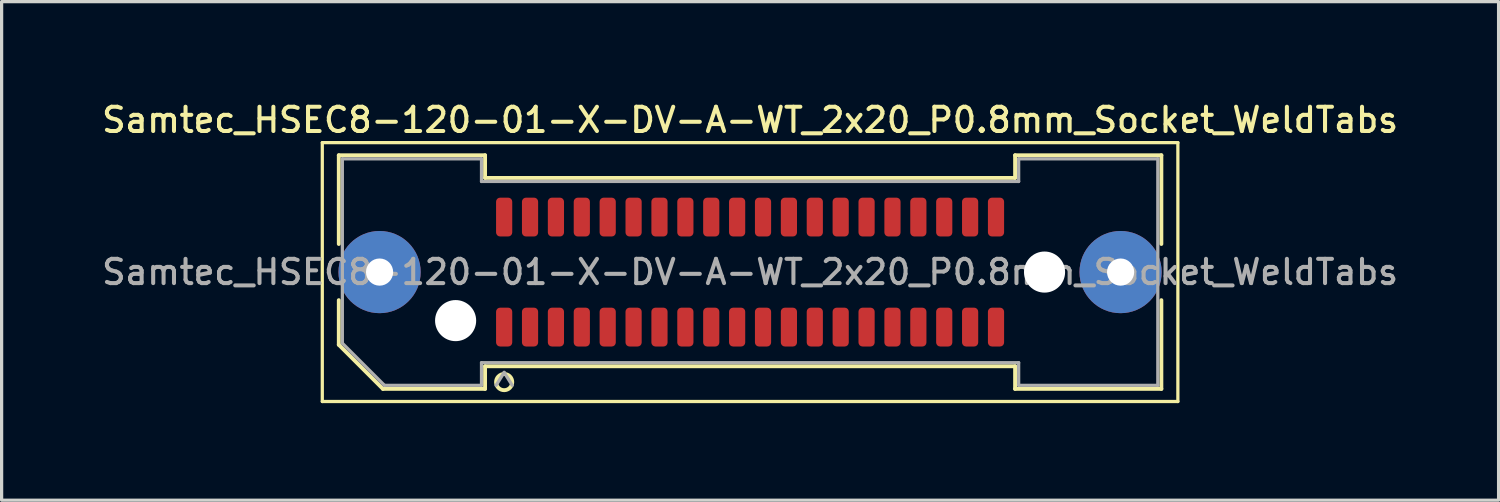
<source format=kicad_pcb>
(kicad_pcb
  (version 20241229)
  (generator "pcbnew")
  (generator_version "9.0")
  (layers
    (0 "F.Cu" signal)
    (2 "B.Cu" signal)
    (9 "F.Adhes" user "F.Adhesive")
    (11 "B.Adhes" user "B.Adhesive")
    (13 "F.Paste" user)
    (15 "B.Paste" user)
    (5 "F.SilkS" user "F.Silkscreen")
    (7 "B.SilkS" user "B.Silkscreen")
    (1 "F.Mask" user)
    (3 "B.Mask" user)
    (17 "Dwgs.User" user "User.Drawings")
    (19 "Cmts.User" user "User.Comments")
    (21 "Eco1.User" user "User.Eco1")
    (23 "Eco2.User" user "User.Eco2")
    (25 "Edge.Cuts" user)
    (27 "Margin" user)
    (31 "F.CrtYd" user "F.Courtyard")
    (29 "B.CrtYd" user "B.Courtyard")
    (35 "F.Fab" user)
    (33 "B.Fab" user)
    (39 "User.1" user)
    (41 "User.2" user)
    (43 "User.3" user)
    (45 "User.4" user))
  (footprint "Samtec_HSEC8-120-01-X-DV-A-WT_2x20_P0.8mm_Socket_WeldTabs"
    (layer "F.Cu")
    (at 20.13 5.358)
    (property "Reference" "Samtec_HSEC8-120-01-X-DV-A-WT_2x20_P0.8mm_Socket_WeldTabs" (at 0 -4.7 0) (layer "F.SilkS") (effects (font (size 0.75 0.75) (thickness 0.125))))
    (attr smd)
    (fp_line (start -13.22 -4) (end -13.22 4) (stroke (width 0.1) (type solid)) (layer "F.SilkS"))
    (fp_line (start -13.22 4) (end 13.22 4) (stroke (width 0.1) (type solid)) (layer "F.SilkS"))
    (fp_line (start -12.71 -3.61) (end -8.19 -3.61) (stroke (width 0.12) (type solid)) (layer "F.SilkS"))
    (fp_line (start -12.71 -0.868) (end -12.71 -3.61) (stroke (width 0.12) (type solid)) (layer "F.SilkS"))
    (fp_line (start -12.71 2.246) (end -12.71 0.868) (stroke (width 0.12) (type solid)) (layer "F.SilkS"))
    (fp_line (start -11.346 3.61) (end -12.71 2.246) (stroke (width 0.12) (type solid)) (layer "F.SilkS"))
    (fp_line (start -8.19 -3.61) (end -8.19 -2.91) (stroke (width 0.12) (type solid)) (layer "F.SilkS"))
    (fp_line (start -8.19 -2.91) (end 8.19 -2.91) (stroke (width 0.12) (type solid)) (layer "F.SilkS"))
    (fp_line (start -8.19 2.91) (end -8.19 3.61) (stroke (width 0.12) (type solid)) (layer "F.SilkS"))
    (fp_line (start -8.19 3.61) (end -11.346 3.61) (stroke (width 0.12) (type solid)) (layer "F.SilkS"))
    (fp_line (start 8.19 -3.61) (end 12.71 -3.61) (stroke (width 0.12) (type solid)) (layer "F.SilkS"))
    (fp_line (start 8.19 -2.91) (end 8.19 -3.61) (stroke (width 0.12) (type solid)) (layer "F.SilkS"))
    (fp_line (start 8.19 2.91) (end -8.19 2.91) (stroke (width 0.12) (type solid)) (layer "F.SilkS"))
    (fp_line (start 8.19 3.61) (end 8.19 2.91) (stroke (width 0.12) (type solid)) (layer "F.SilkS"))
    (fp_line (start 12.71 -3.61) (end 12.71 -0.868) (stroke (width 0.12) (type solid)) (layer "F.SilkS"))
    (fp_line (start 12.71 0.868) (end 12.71 3.61) (stroke (width 0.12) (type solid)) (layer "F.SilkS"))
    (fp_line (start 12.71 3.61) (end 8.19 3.61) (stroke (width 0.12) (type solid)) (layer "F.SilkS"))
    (fp_line (start 13.22 -4) (end -13.22 -4) (stroke (width 0.1) (type solid)) (layer "F.SilkS"))
    (fp_line (start 13.22 4) (end 13.22 -4) (stroke (width 0.1) (type solid)) (layer "F.SilkS"))
    (fp_arc (start -7.35 3.4) (mid -7.85 3.4) (end -7.35 3.4) (stroke (width 0.12) (type solid)) (layer "F.SilkS"))
    (fp_line (start -12.6 -3.5) (end -8.3 -3.5) (stroke (width 0.1) (type solid)) (layer "F.Fab"))
    (fp_line (start -12.6 2.2) (end -12.6 -3.5) (stroke (width 0.1) (type solid)) (layer "F.Fab"))
    (fp_line (start -11.3 3.5) (end -12.6 2.2) (stroke (width 0.1) (type solid)) (layer "F.Fab"))
    (fp_line (start -8.3 -3.5) (end -8.3 -2.8) (stroke (width 0.1) (type solid)) (layer "F.Fab"))
    (fp_line (start -8.3 -2.8) (end 8.3 -2.8) (stroke (width 0.1) (type solid)) (layer "F.Fab"))
    (fp_line (start -8.3 2.8) (end -8.3 3.5) (stroke (width 0.1) (type solid)) (layer "F.Fab"))
    (fp_line (start -8.3 3.5) (end -11.3 3.5) (stroke (width 0.1) (type solid)) (layer "F.Fab"))
    (fp_line (start -7.6 3.1) (end -7.85 3.5) (stroke (width 0.1) (type solid)) (layer "F.Fab"))
    (fp_line (start -7.6 3.1) (end -7.35 3.5) (stroke (width 0.1) (type solid)) (layer "F.Fab"))
    (fp_line (start 8.3 -3.5) (end 12.6 -3.5) (stroke (width 0.1) (type solid)) (layer "F.Fab"))
    (fp_line (start 8.3 -2.8) (end 8.3 -3.5) (stroke (width 0.1) (type solid)) (layer "F.Fab"))
    (fp_line (start 8.3 2.8) (end -8.3 2.8) (stroke (width 0.1) (type solid)) (layer "F.Fab"))
    (fp_line (start 8.3 3.5) (end 8.3 2.8) (stroke (width 0.1) (type solid)) (layer "F.Fab"))
    (fp_line (start 12.6 -3.5) (end 12.6 3.5) (stroke (width 0.1) (type solid)) (layer "F.Fab"))
    (fp_line (start 12.6 3.5) (end 8.3 3.5) (stroke (width 0.1) (type solid)) (layer "F.Fab"))
    (fp_text user "${REFERENCE}" (at 0 0 0) (layer "F.Fab") (effects (font (size 0.75 0.75) (thickness 0.125))))
    (pad "" thru_hole circle (at -11.45 0) (size 2.54 2.54) (drill 0.84) (layers "*.Cu" "*.Mask" "F.Paste"))
    (pad "" np_thru_hole circle (at -9.1 1.5) (size 1.27 1.27) (drill 1.27) (layers "*.Cu" "*.Mask"))
    (pad "" np_thru_hole circle (at 9.1 0) (size 1.27 1.27) (drill 1.27) (layers "*.Cu" "*.Mask"))
    (pad "" thru_hole circle (at 11.45 0) (size 2.54 2.54) (drill 0.84) (layers "*.Cu" "*.Mask" "F.Paste"))
    (pad "1" smd roundrect (at -7.6 1.7) (size 0.5 1.2) (layers "F.Cu" "F.Mask" "F.Paste") (roundrect_rratio 0.25))
    (pad "2" smd roundrect (at -7.6 -1.7) (size 0.5 1.2) (layers "F.Cu" "F.Mask" "F.Paste") (roundrect_rratio 0.25))
    (pad "3" smd roundrect (at -6.8 1.7) (size 0.5 1.2) (layers "F.Cu" "F.Mask" "F.Paste") (roundrect_rratio 0.25))
    (pad "4" smd roundrect (at -6.8 -1.7) (size 0.5 1.2) (layers "F.Cu" "F.Mask" "F.Paste") (roundrect_rratio 0.25))
    (pad "5" smd roundrect (at -6 1.7) (size 0.5 1.2) (layers "F.Cu" "F.Mask" "F.Paste") (roundrect_rratio 0.25))
    (pad "6" smd roundrect (at -6 -1.7) (size 0.5 1.2) (layers "F.Cu" "F.Mask" "F.Paste") (roundrect_rratio 0.25))
    (pad "7" smd roundrect (at -5.2 1.7) (size 0.5 1.2) (layers "F.Cu" "F.Mask" "F.Paste") (roundrect_rratio 0.25))
    (pad "8" smd roundrect (at -5.2 -1.7) (size 0.5 1.2) (layers "F.Cu" "F.Mask" "F.Paste") (roundrect_rratio 0.25))
    (pad "9" smd roundrect (at -4.4 1.7) (size 0.5 1.2) (layers "F.Cu" "F.Mask" "F.Paste") (roundrect_rratio 0.25))
    (pad "10" smd roundrect (at -4.4 -1.7) (size 0.5 1.2) (layers "F.Cu" "F.Mask" "F.Paste") (roundrect_rratio 0.25))
    (pad "11" smd roundrect (at -3.6 1.7) (size 0.5 1.2) (layers "F.Cu" "F.Mask" "F.Paste") (roundrect_rratio 0.25))
    (pad "12" smd roundrect (at -3.6 -1.7) (size 0.5 1.2) (layers "F.Cu" "F.Mask" "F.Paste") (roundrect_rratio 0.25))
    (pad "13" smd roundrect (at -2.8 1.7) (size 0.5 1.2) (layers "F.Cu" "F.Mask" "F.Paste") (roundrect_rratio 0.25))
    (pad "14" smd roundrect (at -2.8 -1.7) (size 0.5 1.2) (layers "F.Cu" "F.Mask" "F.Paste") (roundrect_rratio 0.25))
    (pad "15" smd roundrect (at -2 1.7) (size 0.5 1.2) (layers "F.Cu" "F.Mask" "F.Paste") (roundrect_rratio 0.25))
    (pad "16" smd roundrect (at -2 -1.7) (size 0.5 1.2) (layers "F.Cu" "F.Mask" "F.Paste") (roundrect_rratio 0.25))
    (pad "17" smd roundrect (at -1.2 1.7) (size 0.5 1.2) (layers "F.Cu" "F.Mask" "F.Paste") (roundrect_rratio 0.25))
    (pad "18" smd roundrect (at -1.2 -1.7) (size 0.5 1.2) (layers "F.Cu" "F.Mask" "F.Paste") (roundrect_rratio 0.25))
    (pad "19" smd roundrect (at -0.4 1.7) (size 0.5 1.2) (layers "F.Cu" "F.Mask" "F.Paste") (roundrect_rratio 0.25))
    (pad "20" smd roundrect (at -0.4 -1.7) (size 0.5 1.2) (layers "F.Cu" "F.Mask" "F.Paste") (roundrect_rratio 0.25))
    (pad "21" smd roundrect (at 0.4 1.7) (size 0.5 1.2) (layers "F.Cu" "F.Mask" "F.Paste") (roundrect_rratio 0.25))
    (pad "22" smd roundrect (at 0.4 -1.7) (size 0.5 1.2) (layers "F.Cu" "F.Mask" "F.Paste") (roundrect_rratio 0.25))
    (pad "23" smd roundrect (at 1.2 1.7) (size 0.5 1.2) (layers "F.Cu" "F.Mask" "F.Paste") (roundrect_rratio 0.25))
    (pad "24" smd roundrect (at 1.2 -1.7) (size 0.5 1.2) (layers "F.Cu" "F.Mask" "F.Paste") (roundrect_rratio 0.25))
    (pad "25" smd roundrect (at 2 1.7) (size 0.5 1.2) (layers "F.Cu" "F.Mask" "F.Paste") (roundrect_rratio 0.25))
    (pad "26" smd roundrect (at 2 -1.7) (size 0.5 1.2) (layers "F.Cu" "F.Mask" "F.Paste") (roundrect_rratio 0.25))
    (pad "27" smd roundrect (at 2.8 1.7) (size 0.5 1.2) (layers "F.Cu" "F.Mask" "F.Paste") (roundrect_rratio 0.25))
    (pad "28" smd roundrect (at 2.8 -1.7) (size 0.5 1.2) (layers "F.Cu" "F.Mask" "F.Paste") (roundrect_rratio 0.25))
    (pad "29" smd roundrect (at 3.6 1.7) (size 0.5 1.2) (layers "F.Cu" "F.Mask" "F.Paste") (roundrect_rratio 0.25))
    (pad "30" smd roundrect (at 3.6 -1.7) (size 0.5 1.2) (layers "F.Cu" "F.Mask" "F.Paste") (roundrect_rratio 0.25))
    (pad "31" smd roundrect (at 4.4 1.7) (size 0.5 1.2) (layers "F.Cu" "F.Mask" "F.Paste") (roundrect_rratio 0.25))
    (pad "32" smd roundrect (at 4.4 -1.7) (size 0.5 1.2) (layers "F.Cu" "F.Mask" "F.Paste") (roundrect_rratio 0.25))
    (pad "33" smd roundrect (at 5.2 1.7) (size 0.5 1.2) (layers "F.Cu" "F.Mask" "F.Paste") (roundrect_rratio 0.25))
    (pad "34" smd roundrect (at 5.2 -1.7) (size 0.5 1.2) (layers "F.Cu" "F.Mask" "F.Paste") (roundrect_rratio 0.25))
    (pad "35" smd roundrect (at 6 1.7) (size 0.5 1.2) (layers "F.Cu" "F.Mask" "F.Paste") (roundrect_rratio 0.25))
    (pad "36" smd roundrect (at 6 -1.7) (size 0.5 1.2) (layers "F.Cu" "F.Mask" "F.Paste") (roundrect_rratio 0.25))
    (pad "37" smd roundrect (at 6.8 1.7) (size 0.5 1.2) (layers "F.Cu" "F.Mask" "F.Paste") (roundrect_rratio 0.25))
    (pad "38" smd roundrect (at 6.8 -1.7) (size 0.5 1.2) (layers "F.Cu" "F.Mask" "F.Paste") (roundrect_rratio 0.25))
    (pad "39" smd roundrect (at 7.6 1.7) (size 0.5 1.2) (layers "F.Cu" "F.Mask" "F.Paste") (roundrect_rratio 0.25))
    (pad "40" smd roundrect (at 7.6 -1.7) (size 0.5 1.2) (layers "F.Cu" "F.Mask" "F.Paste") (roundrect_rratio 0.25)))
  (gr_rect
    (start -3 -3)
    (end 43.261 12.408)
    (stroke (width 0.1) (type default))
    (fill no)
    (layer "Edge.Cuts")))
</source>
